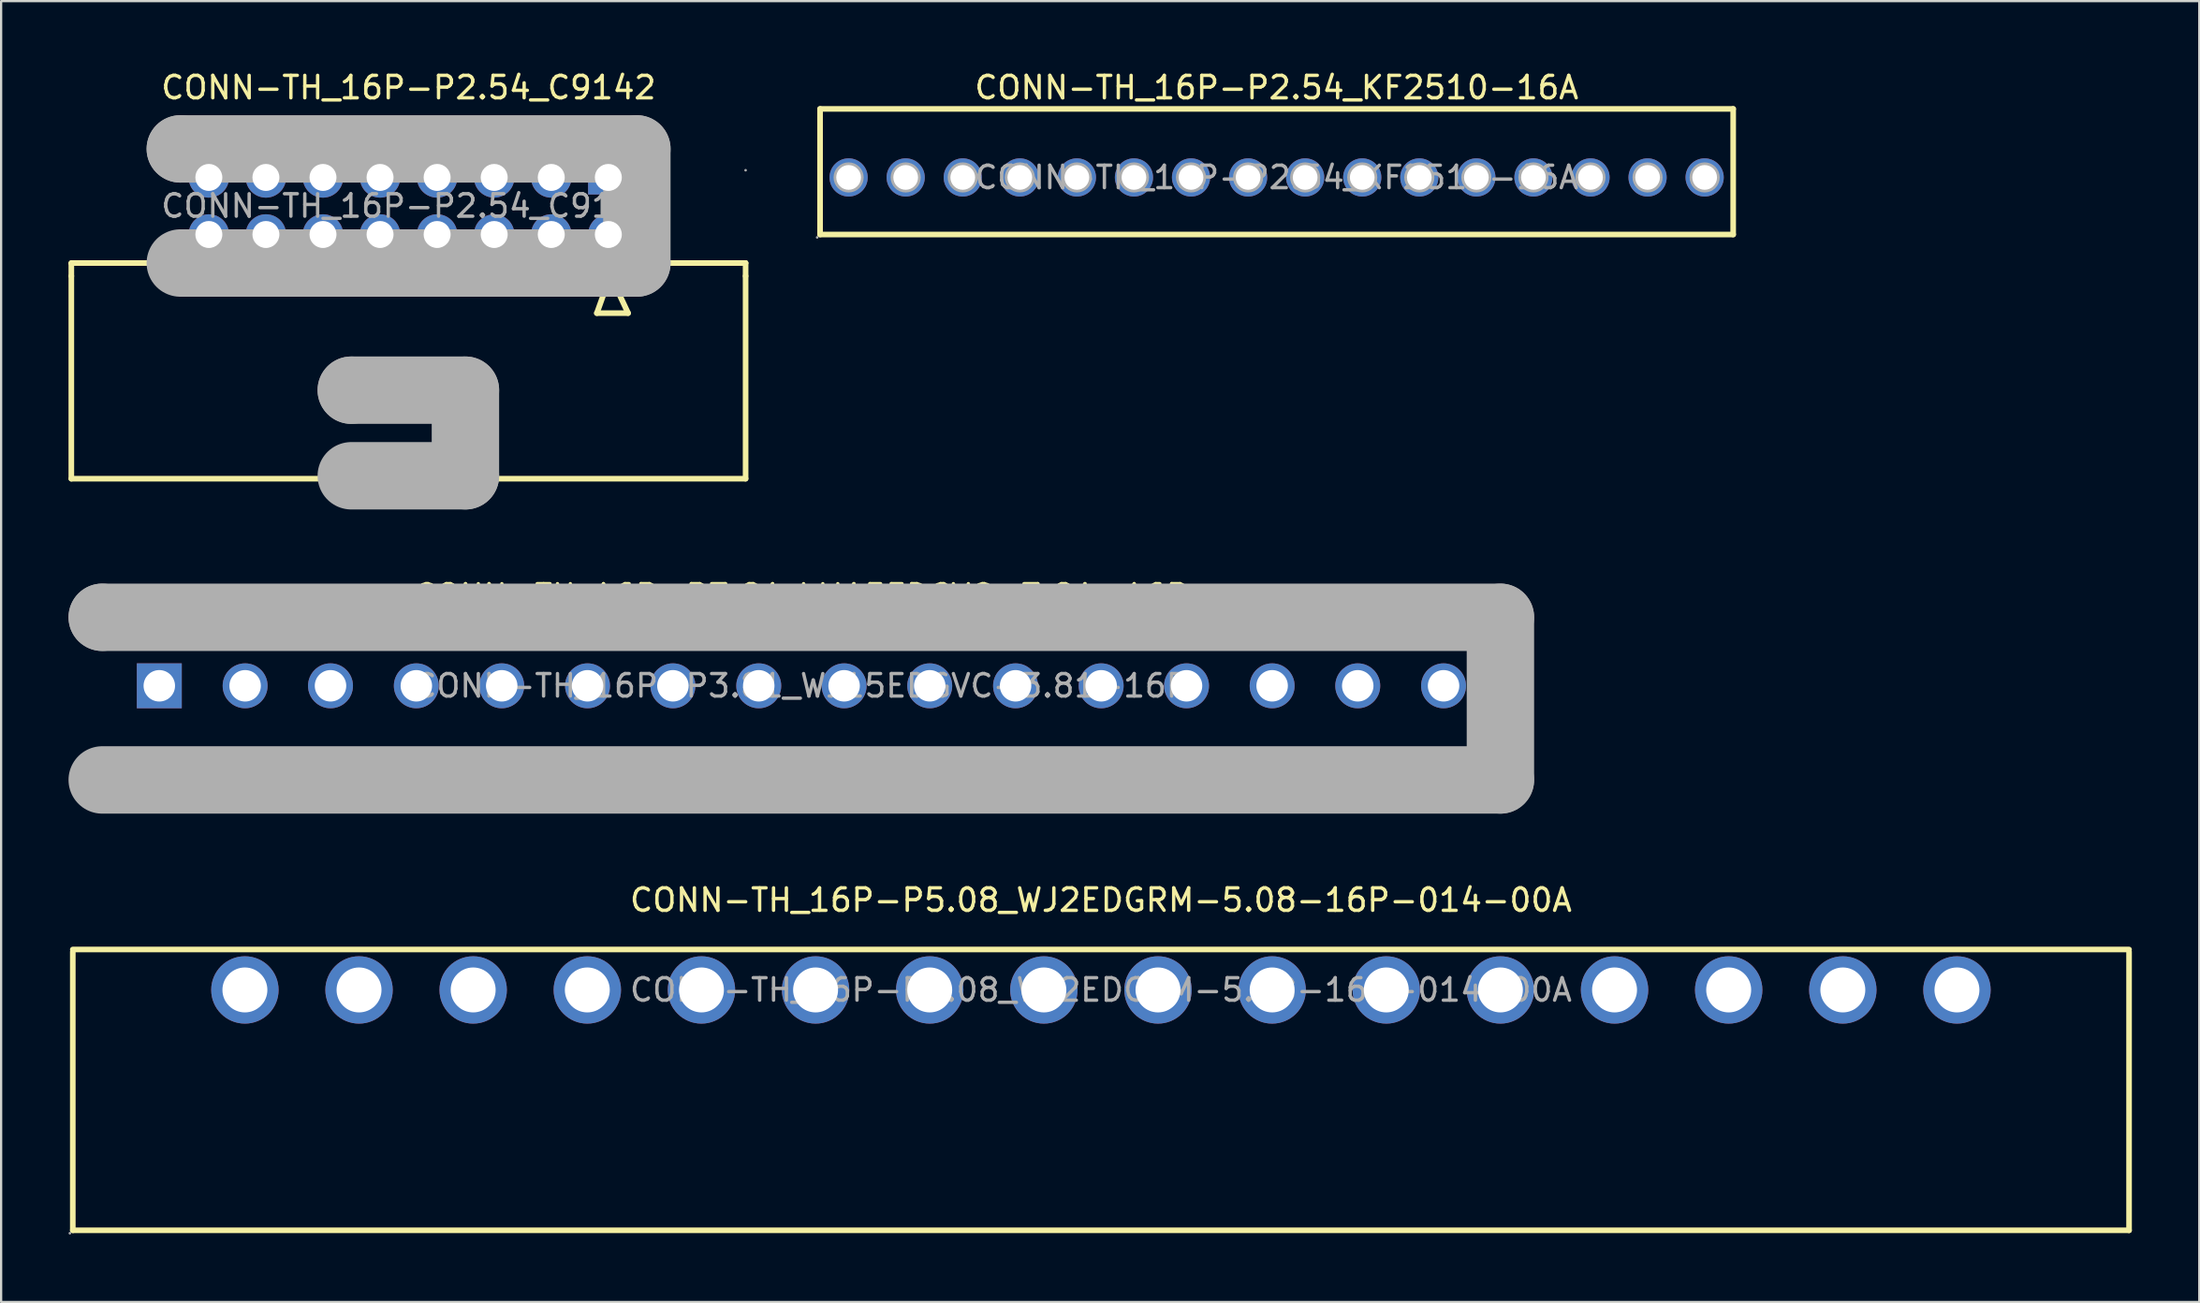
<source format=kicad_pcb>
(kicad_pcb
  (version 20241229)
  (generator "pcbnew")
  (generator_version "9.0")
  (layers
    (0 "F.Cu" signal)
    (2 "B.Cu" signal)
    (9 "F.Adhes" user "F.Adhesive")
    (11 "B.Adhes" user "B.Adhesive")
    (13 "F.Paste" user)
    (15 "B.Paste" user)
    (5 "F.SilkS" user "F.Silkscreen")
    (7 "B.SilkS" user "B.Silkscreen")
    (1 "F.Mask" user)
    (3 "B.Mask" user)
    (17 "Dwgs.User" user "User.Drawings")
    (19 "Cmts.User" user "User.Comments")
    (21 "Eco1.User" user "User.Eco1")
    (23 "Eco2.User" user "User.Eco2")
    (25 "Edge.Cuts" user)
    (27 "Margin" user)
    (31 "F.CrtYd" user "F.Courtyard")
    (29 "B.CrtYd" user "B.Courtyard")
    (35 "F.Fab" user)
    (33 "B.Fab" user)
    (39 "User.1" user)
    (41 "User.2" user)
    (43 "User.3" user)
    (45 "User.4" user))
  (footprint "CONN-TH_16P-P5.08_WJ2EDGRM-5.08-16P-014-00A"
    (layer "F.Cu")
    (at 45.95 41.015)
    (property "Reference" "CONN-TH_16P-P5.08_WJ2EDGRM-5.08-16P-014-00A" (at 0 -4 0) (layer "F.SilkS") (effects (font (size 1 1) (thickness 0.15))))
    (attr through_hole)
    (fp_line (start -45.76 10.7) (end -45.76 -1.7) (stroke (width 0.25) (type solid)) (layer "F.SilkS"))
    (fp_line (start -45.76 10.7) (end 45.76 10.7) (stroke (width 0.25) (type solid)) (layer "F.SilkS"))
    (fp_line (start 45.76 -1.8) (end -45.76 -1.8) (stroke (width 0.25) (type solid)) (layer "F.SilkS"))
    (fp_line (start 45.76 -1.7) (end 45.76 10.7) (stroke (width 0.25) (type solid)) (layer "F.SilkS"))
    (fp_circle (center -45.89 10.83) (end -45.86 10.83) (stroke (width 0.06) (type solid)) (fill no) (layer "F.Fab"))
    (fp_circle (center -38.1 0) (end -37.65 0) (stroke (width 0.9) (type solid)) (fill no) (layer "F.Fab"))
    (fp_circle (center -33.02 0) (end -32.57 0) (stroke (width 0.9) (type solid)) (fill no) (layer "F.Fab"))
    (fp_circle (center -27.94 0) (end -27.49 0) (stroke (width 0.9) (type solid)) (fill no) (layer "F.Fab"))
    (fp_circle (center -22.86 0) (end -22.41 0) (stroke (width 0.9) (type solid)) (fill no) (layer "F.Fab"))
    (fp_circle (center -17.78 0) (end -17.33 0) (stroke (width 0.9) (type solid)) (fill no) (layer "F.Fab"))
    (fp_circle (center -12.7 0) (end -12.25 0) (stroke (width 0.9) (type solid)) (fill no) (layer "F.Fab"))
    (fp_circle (center -7.62 0) (end -7.17 0) (stroke (width 0.9) (type solid)) (fill no) (layer "F.Fab"))
    (fp_circle (center -2.54 0) (end -2.09 0) (stroke (width 0.9) (type solid)) (fill no) (layer "F.Fab"))
    (fp_circle (center 2.54 0) (end 2.99 0) (stroke (width 0.9) (type solid)) (fill no) (layer "F.Fab"))
    (fp_circle (center 7.62 0) (end 8.07 0) (stroke (width 0.9) (type solid)) (fill no) (layer "F.Fab"))
    (fp_circle (center 12.7 0) (end 13.15 0) (stroke (width 0.9) (type solid)) (fill no) (layer "F.Fab"))
    (fp_circle (center 17.78 0) (end 18.23 0) (stroke (width 0.9) (type solid)) (fill no) (layer "F.Fab"))
    (fp_circle (center 22.86 0) (end 23.31 0) (stroke (width 0.9) (type solid)) (fill no) (layer "F.Fab"))
    (fp_circle (center 27.94 0) (end 28.39 0) (stroke (width 0.9) (type solid)) (fill no) (layer "F.Fab"))
    (fp_circle (center 33.02 0) (end 33.47 0) (stroke (width 0.9) (type solid)) (fill no) (layer "F.Fab"))
    (fp_circle (center 38.1 0) (end 38.55 0) (stroke (width 0.9) (type solid)) (fill no) (layer "F.Fab"))
    (fp_text user "${REFERENCE}" (at 0 0 0) (layer "F.Fab") (effects (font (size 1 1) (thickness 0.15))))
    (pad "1" thru_hole circle (at -38.1 0) (size 3 3) (drill 2) (layers "*.Cu" "*.Paste" "*.Mask"))
    (pad "2" thru_hole circle (at -33.02 0) (size 3 3) (drill 2) (layers "*.Cu" "*.Paste" "*.Mask"))
    (pad "3" thru_hole circle (at -27.94 0) (size 3 3) (drill 2) (layers "*.Cu" "*.Paste" "*.Mask"))
    (pad "4" thru_hole circle (at -22.86 0) (size 3 3) (drill 2) (layers "*.Cu" "*.Paste" "*.Mask"))
    (pad "5" thru_hole circle (at -17.78 0) (size 3 3) (drill 2) (layers "*.Cu" "*.Paste" "*.Mask"))
    (pad "6" thru_hole circle (at -12.7 0) (size 3 3) (drill 2) (layers "*.Cu" "*.Paste" "*.Mask"))
    (pad "7" thru_hole circle (at -7.62 0) (size 3 3) (drill 2) (layers "*.Cu" "*.Paste" "*.Mask"))
    (pad "8" thru_hole circle (at -2.54 0) (size 3 3) (drill 2) (layers "*.Cu" "*.Paste" "*.Mask"))
    (pad "9" thru_hole circle (at 2.54 0) (size 3 3) (drill 2) (layers "*.Cu" "*.Paste" "*.Mask"))
    (pad "10" thru_hole circle (at 7.62 0) (size 3 3) (drill 2) (layers "*.Cu" "*.Paste" "*.Mask"))
    (pad "11" thru_hole circle (at 12.7 0) (size 3 3) (drill 2) (layers "*.Cu" "*.Paste" "*.Mask"))
    (pad "12" thru_hole circle (at 17.78 0) (size 3 3) (drill 2) (layers "*.Cu" "*.Paste" "*.Mask"))
    (pad "13" thru_hole circle (at 22.86 0) (size 3 3) (drill 2) (layers "*.Cu" "*.Paste" "*.Mask"))
    (pad "14" thru_hole circle (at 27.94 0) (size 3 3) (drill 2) (layers "*.Cu" "*.Paste" "*.Mask"))
    (pad "15" thru_hole circle (at 33.02 0) (size 3 3) (drill 2) (layers "*.Cu" "*.Paste" "*.Mask"))
    (pad "16" thru_hole circle (at 38.1 0) (size 3 3) (drill 2) (layers "*.Cu" "*.Paste" "*.Mask")))
  (footprint "CONN-TH_16P-P3.81_WJ15EDGVC-3.81-16P"
    (layer "F.Cu")
    (at 32.62 27.477)
    (property "Reference" "CONN-TH_16P-P3.81_WJ15EDGVC-3.81-16P" (at 0 -4 0) (layer "F.SilkS") (effects (font (size 1 1) (thickness 0.15))))
    (attr through_hole)
    (fp_line (start -31.12 -3.05) (end -31.12 -3.05) (stroke (width 3) (type solid)) (layer "F.Fab"))
    (fp_line (start -31.12 -3.05) (end 31.11 -3.05) (stroke (width 3) (type solid)) (layer "F.Fab"))
    (fp_line (start 31.11 -3.05) (end 31.11 4.19) (stroke (width 3) (type solid)) (layer "F.Fab"))
    (fp_line (start 31.11 4.19) (end -31.12 4.19) (stroke (width 3) (type solid)) (layer "F.Fab"))
    (fp_circle (center -31.24 4.32) (end -31.21 4.32) (stroke (width 0.06) (type solid)) (fill no) (layer "F.Fab"))
    (fp_circle (center -28.58 0) (end -28.28 0) (stroke (width 0.6) (type solid)) (fill no) (layer "F.Fab"))
    (fp_circle (center -24.76 0) (end -24.46 0) (stroke (width 0.6) (type solid)) (fill no) (layer "F.Fab"))
    (fp_circle (center -20.96 0) (end -20.66 0) (stroke (width 0.6) (type solid)) (fill no) (layer "F.Fab"))
    (fp_circle (center -17.14 0) (end -16.84 0) (stroke (width 0.6) (type solid)) (fill no) (layer "F.Fab"))
    (fp_circle (center -13.34 0) (end -13.04 0) (stroke (width 0.6) (type solid)) (fill no) (layer "F.Fab"))
    (fp_circle (center -9.52 0) (end -9.22 0) (stroke (width 0.6) (type solid)) (fill no) (layer "F.Fab"))
    (fp_circle (center -5.72 0) (end -5.42 0) (stroke (width 0.6) (type solid)) (fill no) (layer "F.Fab"))
    (fp_circle (center -1.9 0) (end -1.6 0) (stroke (width 0.6) (type solid)) (fill no) (layer "F.Fab"))
    (fp_circle (center 1.9 0) (end 2.2 0) (stroke (width 0.6) (type solid)) (fill no) (layer "F.Fab"))
    (fp_circle (center 5.71 0) (end 6.01 0) (stroke (width 0.6) (type solid)) (fill no) (layer "F.Fab"))
    (fp_circle (center 9.53 0) (end 9.83 0) (stroke (width 0.6) (type solid)) (fill no) (layer "F.Fab"))
    (fp_circle (center 13.34 0) (end 13.64 0) (stroke (width 0.6) (type solid)) (fill no) (layer "F.Fab"))
    (fp_circle (center 17.14 0) (end 17.44 0) (stroke (width 0.6) (type solid)) (fill no) (layer "F.Fab"))
    (fp_circle (center 20.95 0) (end 21.25 0) (stroke (width 0.6) (type solid)) (fill no) (layer "F.Fab"))
    (fp_circle (center 24.76 0) (end 25.06 0) (stroke (width 0.6) (type solid)) (fill no) (layer "F.Fab"))
    (fp_circle (center 28.58 0) (end 28.88 0) (stroke (width 0.6) (type solid)) (fill no) (layer "F.Fab"))
    (fp_text user "${REFERENCE}" (at 0 0 0) (layer "F.Fab") (effects (font (size 1 1) (thickness 0.15))))
    (pad "1" thru_hole rect (at -28.58 0) (size 2 2) (drill 1.4) (layers "*.Cu" "*.Paste" "*.Mask"))
    (pad "2" thru_hole circle (at -24.76 0) (size 2 2) (drill 1.4) (layers "*.Cu" "*.Paste" "*.Mask"))
    (pad "3" thru_hole circle (at -20.96 0) (size 2 2) (drill 1.4) (layers "*.Cu" "*.Paste" "*.Mask"))
    (pad "4" thru_hole circle (at -17.14 0) (size 2 2) (drill 1.4) (layers "*.Cu" "*.Paste" "*.Mask"))
    (pad "5" thru_hole circle (at -13.34 0) (size 2 2) (drill 1.4) (layers "*.Cu" "*.Paste" "*.Mask"))
    (pad "6" thru_hole circle (at -9.52 0) (size 2 2) (drill 1.4) (layers "*.Cu" "*.Paste" "*.Mask"))
    (pad "7" thru_hole circle (at -5.72 0) (size 2 2) (drill 1.4) (layers "*.Cu" "*.Paste" "*.Mask"))
    (pad "8" thru_hole circle (at -1.9 0) (size 2 2) (drill 1.4) (layers "*.Cu" "*.Paste" "*.Mask"))
    (pad "9" thru_hole circle (at 1.9 0) (size 2 2) (drill 1.4) (layers "*.Cu" "*.Paste" "*.Mask"))
    (pad "10" thru_hole circle (at 5.71 0) (size 2 2) (drill 1.4) (layers "*.Cu" "*.Paste" "*.Mask"))
    (pad "11" thru_hole circle (at 9.53 0) (size 2 2) (drill 1.4) (layers "*.Cu" "*.Paste" "*.Mask"))
    (pad "12" thru_hole circle (at 13.34 0) (size 2 2) (drill 1.4) (layers "*.Cu" "*.Paste" "*.Mask"))
    (pad "13" thru_hole circle (at 17.14 0) (size 2 2) (drill 1.4) (layers "*.Cu" "*.Paste" "*.Mask"))
    (pad "14" thru_hole circle (at 20.95 0) (size 2 2) (drill 1.4) (layers "*.Cu" "*.Paste" "*.Mask"))
    (pad "15" thru_hole circle (at 24.76 0) (size 2 2) (drill 1.4) (layers "*.Cu" "*.Paste" "*.Mask"))
    (pad "16" thru_hole circle (at 28.58 0) (size 2 2) (drill 1.4) (layers "*.Cu" "*.Paste" "*.Mask")))
  (footprint "CONN-TH_16P-P2.54_KF2510-16A"
    (layer "F.Cu")
    (at 53.77 4.848)
    (property "Reference" "CONN-TH_16P-P2.54_KF2510-16A" (at 0 -4 0) (layer "F.SilkS") (effects (font (size 1 1) (thickness 0.15))))
    (attr through_hole)
    (fp_line (start -20.32 -3.05) (end -20.32 1.27) (stroke (width 0.25) (type solid)) (layer "F.SilkS"))
    (fp_line (start -20.32 1.27) (end -20.32 2.54) (stroke (width 0.25) (type solid)) (layer "F.SilkS"))
    (fp_line (start -20.32 2.54) (end 20.32 2.54) (stroke (width 0.25) (type solid)) (layer "F.SilkS"))
    (fp_line (start 20.32 -3.05) (end -20.32 -3.05) (stroke (width 0.25) (type solid)) (layer "F.SilkS"))
    (fp_line (start 20.32 2.54) (end 20.32 -3.05) (stroke (width 0.25) (type solid)) (layer "F.SilkS"))
    (fp_circle (center -20.45 2.67) (end -20.42 2.67) (stroke (width 0.06) (type solid)) (fill no) (layer "F.Fab"))
    (fp_circle (center -19.05 0) (end -18.83 0) (stroke (width 0.45) (type solid)) (fill no) (layer "F.Fab"))
    (fp_circle (center -16.51 0) (end -16.29 0) (stroke (width 0.45) (type solid)) (fill no) (layer "F.Fab"))
    (fp_circle (center -13.97 0) (end -13.75 0) (stroke (width 0.45) (type solid)) (fill no) (layer "F.Fab"))
    (fp_circle (center -11.43 0) (end -11.21 0) (stroke (width 0.45) (type solid)) (fill no) (layer "F.Fab"))
    (fp_circle (center -8.89 0) (end -8.67 0) (stroke (width 0.45) (type solid)) (fill no) (layer "F.Fab"))
    (fp_circle (center -6.35 0) (end -6.13 0) (stroke (width 0.45) (type solid)) (fill no) (layer "F.Fab"))
    (fp_circle (center -3.81 0) (end -3.59 0) (stroke (width 0.45) (type solid)) (fill no) (layer "F.Fab"))
    (fp_circle (center -1.27 0) (end -1.05 0) (stroke (width 0.45) (type solid)) (fill no) (layer "F.Fab"))
    (fp_circle (center 1.27 0) (end 1.49 0) (stroke (width 0.45) (type solid)) (fill no) (layer "F.Fab"))
    (fp_circle (center 3.81 0) (end 4.03 0) (stroke (width 0.45) (type solid)) (fill no) (layer "F.Fab"))
    (fp_circle (center 6.35 0) (end 6.57 0) (stroke (width 0.45) (type solid)) (fill no) (layer "F.Fab"))
    (fp_circle (center 8.89 0) (end 9.11 0) (stroke (width 0.45) (type solid)) (fill no) (layer "F.Fab"))
    (fp_circle (center 11.43 0) (end 11.65 0) (stroke (width 0.45) (type solid)) (fill no) (layer "F.Fab"))
    (fp_circle (center 13.97 0) (end 14.19 0) (stroke (width 0.45) (type solid)) (fill no) (layer "F.Fab"))
    (fp_circle (center 16.51 0) (end 16.73 0) (stroke (width 0.45) (type solid)) (fill no) (layer "F.Fab"))
    (fp_circle (center 19.05 0) (end 19.27 0) (stroke (width 0.45) (type solid)) (fill no) (layer "F.Fab"))
    (fp_text user "${REFERENCE}" (at 0 0 0) (layer "F.Fab") (effects (font (size 1 1) (thickness 0.15))))
    (pad "1" thru_hole circle (at -19.05 0 90) (size 1.7 1.7) (drill 1.1) (layers "*.Cu" "*.Paste" "*.Mask"))
    (pad "2" thru_hole circle (at -16.51 0 90) (size 1.7 1.7) (drill 1.1) (layers "*.Cu" "*.Paste" "*.Mask"))
    (pad "3" thru_hole circle (at -13.97 0 90) (size 1.7 1.7) (drill 1.1) (layers "*.Cu" "*.Paste" "*.Mask"))
    (pad "4" thru_hole circle (at -11.43 0 90) (size 1.7 1.7) (drill 1.1) (layers "*.Cu" "*.Paste" "*.Mask"))
    (pad "5" thru_hole circle (at -8.89 0 90) (size 1.7 1.7) (drill 1.1) (layers "*.Cu" "*.Paste" "*.Mask"))
    (pad "6" thru_hole circle (at -6.35 0 90) (size 1.7 1.7) (drill 1.1) (layers "*.Cu" "*.Paste" "*.Mask"))
    (pad "7" thru_hole circle (at -3.81 0 90) (size 1.7 1.7) (drill 1.1) (layers "*.Cu" "*.Paste" "*.Mask"))
    (pad "8" thru_hole circle (at -1.27 0 90) (size 1.7 1.7) (drill 1.1) (layers "*.Cu" "*.Paste" "*.Mask"))
    (pad "9" thru_hole circle (at 1.27 0 90) (size 1.7 1.7) (drill 1.1) (layers "*.Cu" "*.Paste" "*.Mask"))
    (pad "10" thru_hole circle (at 3.81 0 90) (size 1.7 1.7) (drill 1.1) (layers "*.Cu" "*.Paste" "*.Mask"))
    (pad "11" thru_hole circle (at 6.35 0 90) (size 1.7 1.7) (drill 1.1) (layers "*.Cu" "*.Paste" "*.Mask"))
    (pad "12" thru_hole circle (at 8.89 0 90) (size 1.7 1.7) (drill 1.1) (layers "*.Cu" "*.Paste" "*.Mask"))
    (pad "13" thru_hole circle (at 11.43 0 90) (size 1.7 1.7) (drill 1.1) (layers "*.Cu" "*.Paste" "*.Mask"))
    (pad "14" thru_hole circle (at 13.97 0 90) (size 1.7 1.7) (drill 1.1) (layers "*.Cu" "*.Paste" "*.Mask"))
    (pad "15" thru_hole circle (at 16.51 0 90) (size 1.7 1.7) (drill 1.1) (layers "*.Cu" "*.Paste" "*.Mask"))
    (pad "16" thru_hole circle (at 19.05 0 90) (size 1.7 1.7) (drill 1.1) (layers "*.Cu" "*.Paste" "*.Mask")))
  (footprint "CONN-TH_16P-P2.54_C9142"
    (layer "F.Cu")
    (at 15.135 6.118)
    (property "Reference" "CONN-TH_16P-P2.54_C9142" (at 0 -5.27 0) (layer "F.SilkS") (effects (font (size 1 1) (thickness 0.15))))
    (attr through_hole)
    (fp_line (start -15.01 2.55) (end -15 2.54) (stroke (width 0.25) (type solid)) (layer "F.SilkS"))
    (fp_line (start -15.01 3.12) (end -15.01 2.55) (stroke (width 0.25) (type solid)) (layer "F.SilkS"))
    (fp_line (start -15.01 3.12) (end -15.01 12.14) (stroke (width 0.25) (type solid)) (layer "F.SilkS"))
    (fp_line (start -15.01 12.14) (end 15 12.14) (stroke (width 0.25) (type solid)) (layer "F.SilkS"))
    (fp_line (start 8.38 4.77) (end 9.77 4.77) (stroke (width 0.25) (type solid)) (layer "F.SilkS"))
    (fp_line (start 8.97 3.12) (end 8.38 4.77) (stroke (width 0.25) (type solid)) (layer "F.SilkS"))
    (fp_line (start 9.77 4.77) (end 9 3.12) (stroke (width 0.25) (type solid)) (layer "F.SilkS"))
    (fp_line (start 14.99 2.54) (end -15 2.54) (stroke (width 0.25) (type solid)) (layer "F.SilkS"))
    (fp_line (start 15 2.54) (end 14.99 2.54) (stroke (width 0.25) (type solid)) (layer "F.SilkS"))
    (fp_line (start 15 3.12) (end 15 2.54) (stroke (width 0.25) (type solid)) (layer "F.SilkS"))
    (fp_line (start 15 3.12) (end 15 12.14) (stroke (width 0.25) (type solid)) (layer "F.SilkS"))
    (fp_line (start -10.16 -2.54) (end -10.16 -2.54) (stroke (width 3) (type solid)) (layer "F.Fab"))
    (fp_line (start -10.16 -2.54) (end 10.16 -2.54) (stroke (width 3) (type solid)) (layer "F.Fab"))
    (fp_line (start -2.55 8.2) (end -2.55 8.2) (stroke (width 3) (type solid)) (layer "F.Fab"))
    (fp_line (start -2.55 8.2) (end 2.53 8.2) (stroke (width 3) (type solid)) (layer "F.Fab"))
    (fp_line (start 2.53 8.2) (end 2.53 12.01) (stroke (width 3) (type solid)) (layer "F.Fab"))
    (fp_line (start 2.53 12.01) (end -2.55 12.01) (stroke (width 3) (type solid)) (layer "F.Fab"))
    (fp_line (start 10.16 -2.54) (end 10.16 2.54) (stroke (width 3) (type solid)) (layer "F.Fab"))
    (fp_line (start 10.16 2.54) (end -10.16 2.54) (stroke (width 3) (type solid)) (layer "F.Fab"))
    (fp_circle (center 15 -1.59) (end 15.03 -1.59) (stroke (width 0.06) (type solid)) (fill no) (layer "F.Fab"))
    (fp_text user "${REFERENCE}" (at 0 0 0) (layer "F.Fab") (effects (font (size 1 1) (thickness 0.15))))
    (pad "1" thru_hole rect (at 8.89 -1.27) (size 1.8 1.52) (drill 1.2) (layers "*.Cu" "*.Paste" "*.Mask"))
    (pad "2" thru_hole circle (at 8.89 1.27) (size 1.8 1.8) (drill 1.2) (layers "*.Cu" "*.Paste" "*.Mask"))
    (pad "3" thru_hole circle (at 6.35 -1.27) (size 1.8 1.8) (drill 1.2) (layers "*.Cu" "*.Paste" "*.Mask"))
    (pad "4" thru_hole circle (at 6.35 1.27) (size 1.8 1.8) (drill 1.2) (layers "*.Cu" "*.Paste" "*.Mask"))
    (pad "5" thru_hole circle (at 3.81 -1.27) (size 1.8 1.8) (drill 1.2) (layers "*.Cu" "*.Paste" "*.Mask"))
    (pad "6" thru_hole circle (at 3.81 1.27) (size 1.8 1.8) (drill 1.2) (layers "*.Cu" "*.Paste" "*.Mask"))
    (pad "7" thru_hole circle (at 1.27 -1.27) (size 1.8 1.8) (drill 1.2) (layers "*.Cu" "*.Paste" "*.Mask"))
    (pad "8" thru_hole circle (at 1.27 1.27) (size 1.8 1.8) (drill 1.2) (layers "*.Cu" "*.Paste" "*.Mask"))
    (pad "9" thru_hole circle (at -1.27 -1.27) (size 1.8 1.8) (drill 1.2) (layers "*.Cu" "*.Paste" "*.Mask"))
    (pad "10" thru_hole circle (at -1.27 1.27) (size 1.8 1.8) (drill 1.2) (layers "*.Cu" "*.Paste" "*.Mask"))
    (pad "11" thru_hole circle (at -3.81 -1.27) (size 1.8 1.8) (drill 1.2) (layers "*.Cu" "*.Paste" "*.Mask"))
    (pad "12" thru_hole circle (at -3.81 1.27) (size 1.8 1.8) (drill 1.2) (layers "*.Cu" "*.Paste" "*.Mask"))
    (pad "13" thru_hole circle (at -6.35 -1.27) (size 1.8 1.8) (drill 1.2) (layers "*.Cu" "*.Paste" "*.Mask"))
    (pad "14" thru_hole circle (at -6.35 1.27) (size 1.8 1.8) (drill 1.2) (layers "*.Cu" "*.Paste" "*.Mask"))
    (pad "15" thru_hole circle (at -8.89 -1.27) (size 1.8 1.8) (drill 1.2) (layers "*.Cu" "*.Paste" "*.Mask"))
    (pad "16" thru_hole circle (at -8.89 1.27) (size 1.8 1.8) (drill 1.2) (layers "*.Cu" "*.Paste" "*.Mask")))
  (gr_rect
    (start -3 -3)
    (end 94.835 54.905)
    (stroke (width 0.1) (type default))
    (fill no)
    (layer "Edge.Cuts")))
</source>
